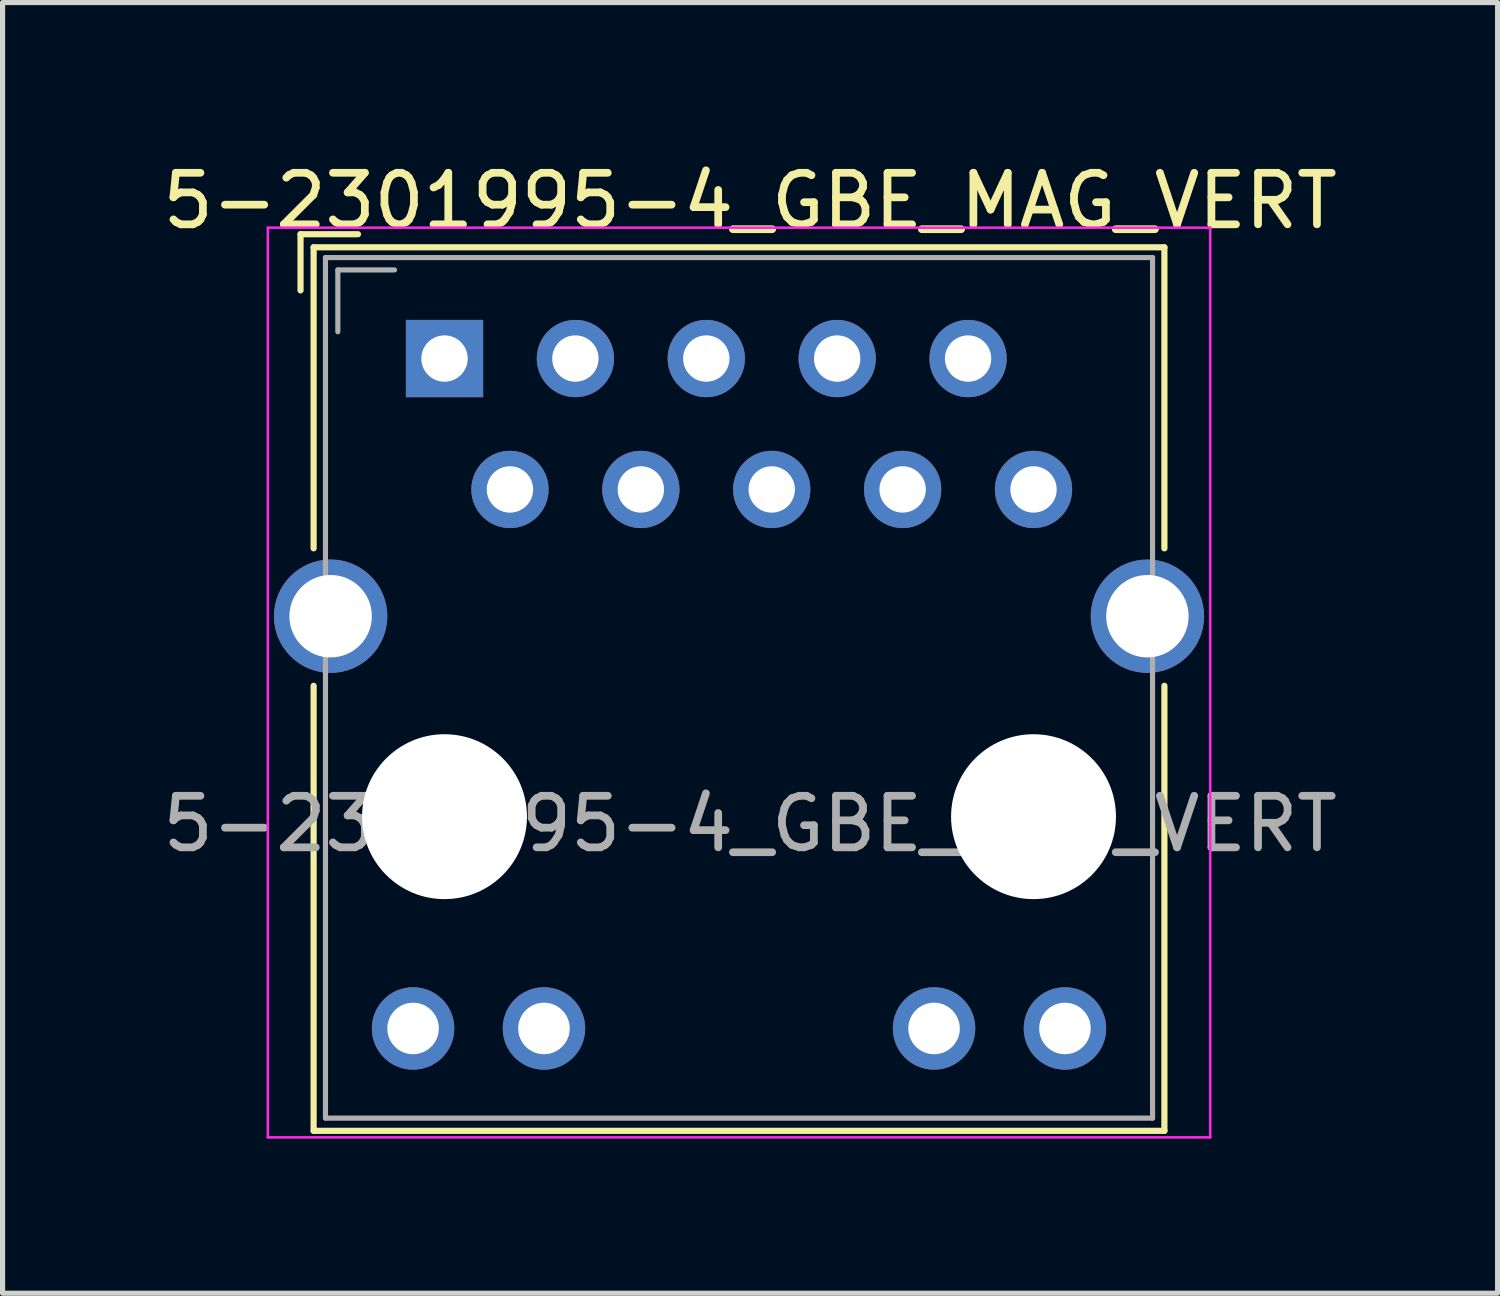
<source format=kicad_pcb>
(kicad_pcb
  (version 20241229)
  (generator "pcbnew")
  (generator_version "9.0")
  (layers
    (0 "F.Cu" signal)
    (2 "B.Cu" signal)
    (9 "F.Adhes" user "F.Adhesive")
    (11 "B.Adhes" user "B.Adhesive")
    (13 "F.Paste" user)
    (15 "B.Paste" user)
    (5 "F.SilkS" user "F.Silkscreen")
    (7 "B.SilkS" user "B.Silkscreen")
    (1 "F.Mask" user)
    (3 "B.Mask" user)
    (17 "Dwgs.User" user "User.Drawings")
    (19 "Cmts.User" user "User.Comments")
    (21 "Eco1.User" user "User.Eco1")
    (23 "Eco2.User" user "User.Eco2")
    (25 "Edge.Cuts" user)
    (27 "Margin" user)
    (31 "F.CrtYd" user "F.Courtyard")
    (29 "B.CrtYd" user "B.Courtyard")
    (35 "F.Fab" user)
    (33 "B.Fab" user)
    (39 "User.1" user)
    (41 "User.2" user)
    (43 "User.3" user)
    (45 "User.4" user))
  (footprint "5-2301995-4_GBE_MAG_VERT"
    (layer "F.Cu")
    (at 11.291 12.798)
    (property "Reference" "5-2301995-4_GBE_MAG_VERT" (at 0.215 -11.95 180) (layer "F.SilkS") (effects (font (size 1 1) (thickness 0.15))))
    (attr through_hole)
    (fp_line (start -8.509 -11.303) (end -7.394 -11.303) (stroke (width 0.12) (type solid)) (layer "F.SilkS"))
    (fp_line (start -8.509 -10.213) (end -8.509 -11.303) (stroke (width 0.12) (type solid)) (layer "F.SilkS"))
    (fp_line (start -8.255 -11.049) (end -8.255 -5.207) (stroke (width 0.12) (type solid)) (layer "F.SilkS"))
    (fp_line (start -8.255 -2.54) (end -8.255 6.096) (stroke (width 0.12) (type solid)) (layer "F.SilkS"))
    (fp_line (start 8.255 -11.049) (end -8.255 -11.049) (stroke (width 0.12) (type solid)) (layer "F.SilkS"))
    (fp_line (start 8.255 -5.207) (end 8.255 -11.049) (stroke (width 0.12) (type solid)) (layer "F.SilkS"))
    (fp_line (start 8.255 6.096) (end -8.255 6.096) (stroke (width 0.12) (type solid)) (layer "F.SilkS"))
    (fp_line (start 8.255 6.096) (end 8.255 -2.54) (stroke (width 0.12) (type solid)) (layer "F.SilkS"))
    (fp_line (start -9.144 -11.43) (end 9.144 -11.43) (stroke (width 0.05) (type solid)) (layer "F.CrtYd"))
    (fp_line (start -9.144 6.223) (end -9.144 -11.43) (stroke (width 0.05) (type solid)) (layer "F.CrtYd"))
    (fp_line (start 9.144 -11.43) (end 9.144 6.223) (stroke (width 0.05) (type solid)) (layer "F.CrtYd"))
    (fp_line (start 9.144 6.223) (end -9.144 6.223) (stroke (width 0.05) (type solid)) (layer "F.CrtYd"))
    (fp_line (start -8.025 5.85) (end -8.025 -10.85) (stroke (width 0.1) (type solid)) (layer "F.Fab"))
    (fp_line (start -7.785 -10.61) (end -6.685 -10.61) (stroke (width 0.1) (type solid)) (layer "F.Fab"))
    (fp_line (start -7.785 -9.41) (end -7.785 -10.61) (stroke (width 0.1) (type solid)) (layer "F.Fab"))
    (fp_line (start 8.025 -10.85) (end -8.025 -10.85) (stroke (width 0.1) (type solid)) (layer "F.Fab"))
    (fp_line (start 8.025 5.85) (end -8.025 5.85) (stroke (width 0.1) (type solid)) (layer "F.Fab"))
    (fp_line (start 8.025 5.85) (end 8.025 -10.85) (stroke (width 0.1) (type solid)) (layer "F.Fab"))
    (fp_text user "${REFERENCE}" (at 0.215 0.14 180) (layer "F.Fab") (effects (font (size 1 1) (thickness 0.15))))
    (pad "" np_thru_hole circle (at -5.715 0 180) (size 3.2 3.2) (drill 3.2) (layers "*.Cu" "*.Mask"))
    (pad "" np_thru_hole circle (at 5.715 0 180) (size 3.2 3.2) (drill 3.2) (layers "*.Cu" "*.Mask"))
    (pad "1" thru_hole rect (at -5.715 -8.89 180) (size 1.5 1.5) (drill 0.9) (layers "*.Cu" "*.Mask"))
    (pad "2" thru_hole circle (at -4.445 -6.35 180) (size 1.5 1.5) (drill 0.9) (layers "*.Cu" "*.Mask"))
    (pad "3" thru_hole circle (at -3.175 -8.89 180) (size 1.5 1.5) (drill 0.9) (layers "*.Cu" "*.Mask"))
    (pad "4" thru_hole circle (at -1.905 -6.35 180) (size 1.5 1.5) (drill 0.9) (layers "*.Cu" "*.Mask"))
    (pad "5" thru_hole circle (at -0.635 -8.89 180) (size 1.5 1.5) (drill 0.9) (layers "*.Cu" "*.Mask"))
    (pad "6" thru_hole circle (at 0.635 -6.35 180) (size 1.5 1.5) (drill 0.9) (layers "*.Cu" "*.Mask"))
    (pad "7" thru_hole circle (at 1.905 -8.89 180) (size 1.5 1.5) (drill 0.9) (layers "*.Cu" "*.Mask"))
    (pad "8" thru_hole circle (at 3.175 -6.35 180) (size 1.5 1.5) (drill 0.9) (layers "*.Cu" "*.Mask"))
    (pad "9" thru_hole circle (at 4.445 -8.89 180) (size 1.5 1.5) (drill 0.9) (layers "*.Cu" "*.Mask"))
    (pad "10" thru_hole circle (at 5.715 -6.35 180) (size 1.5 1.5) (drill 0.9) (layers "*.Cu" "*.Mask"))
    (pad "11" thru_hole circle (at -6.325 4.11 180) (size 1.6 1.6) (drill 1) (layers "*.Cu" "*.Mask"))
    (pad "12" thru_hole circle (at -3.785 4.11 180) (size 1.6 1.6) (drill 1) (layers "*.Cu" "*.Mask"))
    (pad "13" thru_hole circle (at 3.785 4.11 180) (size 1.6 1.6) (drill 1) (layers "*.Cu" "*.Mask"))
    (pad "14" thru_hole circle (at 6.325 4.11 180) (size 1.6 1.6) (drill 1) (layers "*.Cu" "*.Mask"))
    (pad "SH" thru_hole circle (at -7.925 -3.89 180) (size 2.2 2.2) (drill 1.6) (layers "*.Cu" "*.Mask"))
    (pad "SH" thru_hole circle (at 7.925 -3.89 180) (size 2.2 2.2) (drill 1.6) (layers "*.Cu" "*.Mask")))
  (gr_rect
    (start -3 -3)
    (end 26.012 22.046)
    (stroke (width 0.1) (type default))
    (fill no)
    (layer "Edge.Cuts")))
</source>
